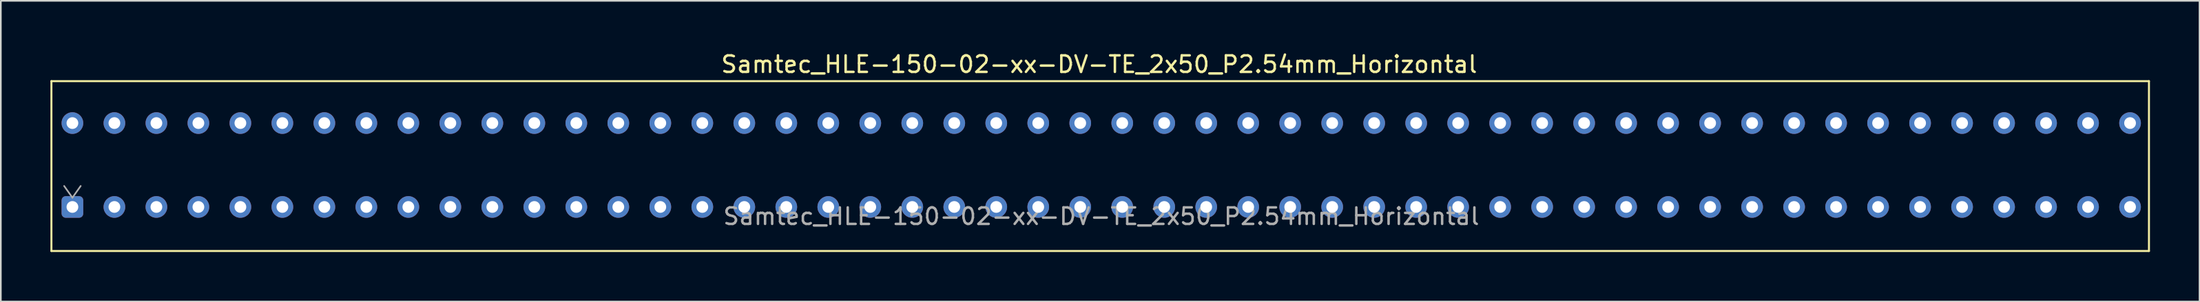
<source format=kicad_pcb>
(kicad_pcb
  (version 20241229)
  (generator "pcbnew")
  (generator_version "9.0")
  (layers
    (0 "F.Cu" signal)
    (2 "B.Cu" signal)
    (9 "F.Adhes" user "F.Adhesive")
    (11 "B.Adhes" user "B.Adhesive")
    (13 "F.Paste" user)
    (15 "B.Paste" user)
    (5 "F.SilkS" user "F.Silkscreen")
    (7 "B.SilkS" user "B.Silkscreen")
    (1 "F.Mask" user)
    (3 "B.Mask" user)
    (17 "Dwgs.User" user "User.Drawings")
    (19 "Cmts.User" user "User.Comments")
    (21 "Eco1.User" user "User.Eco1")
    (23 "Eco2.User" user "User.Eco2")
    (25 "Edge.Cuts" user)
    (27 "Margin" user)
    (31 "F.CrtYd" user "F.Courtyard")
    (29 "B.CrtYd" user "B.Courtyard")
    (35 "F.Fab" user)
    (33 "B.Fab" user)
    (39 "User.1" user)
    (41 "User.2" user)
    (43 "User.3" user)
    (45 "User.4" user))
  (footprint "Samtec_HLE-150-02-xx-DV-TE_2x50_P2.54mm_Horizontal"
    (layer "F.Cu")
    (at 1.33 6.944)
    (property "Reference" "Samtec_HLE-150-02-xx-DV-TE_2x50_P2.54mm_Horizontal" (at 62.103 -6.096 0) (layer "F.SilkS") (effects (font (size 1 1) (thickness 0.15))))
    (attr through_hole)
    (fp_line (start -1.27 -5.08) (end 125.603 -5.08) (stroke (width 0.12) (type solid)) (layer "F.SilkS"))
    (fp_line (start -1.27 5.207) (end -1.27 -5.08) (stroke (width 0.12) (type solid)) (layer "F.SilkS"))
    (fp_line (start 125.603 -5.08) (end 125.603 5.207) (stroke (width 0.12) (type solid)) (layer "F.SilkS"))
    (fp_line (start 125.603 5.207) (end -1.27 5.207) (stroke (width 0.12) (type solid)) (layer "F.SilkS"))
    (fp_line (start 125.603 5.207) (end 125.603 5.08) (stroke (width 0.12) (type solid)) (layer "B.Paste"))
    (fp_line (start -0.5 1.27) (end 0 1.977) (stroke (width 0.1) (type solid)) (layer "F.Fab"))
    (fp_line (start 0 1.977) (end 0.5 1.27) (stroke (width 0.1) (type solid)) (layer "F.Fab"))
    (fp_text user "${REFERENCE}" (at 62.23 3.11 0) (layer "F.Fab") (effects (font (size 1 1) (thickness 0.15))))
    (pad "1" thru_hole roundrect (at 0 2.54) (size 1.31 1.31) (drill 0.71) (layers "*.Cu" "*.Mask") (roundrect_rratio 0.191))
    (pad "2" thru_hole circle (at 0 -2.54) (size 1.31 1.31) (drill 0.71) (layers "*.Cu" "*.Mask"))
    (pad "3" thru_hole circle (at 2.54 2.54) (size 1.31 1.31) (drill 0.71) (layers "*.Cu" "*.Mask"))
    (pad "4" thru_hole circle (at 2.54 -2.54) (size 1.31 1.31) (drill 0.71) (layers "*.Cu" "*.Mask"))
    (pad "5" thru_hole circle (at 5.08 2.54) (size 1.31 1.31) (drill 0.71) (layers "*.Cu" "*.Mask"))
    (pad "6" thru_hole circle (at 5.08 -2.54) (size 1.31 1.31) (drill 0.71) (layers "*.Cu" "*.Mask"))
    (pad "7" thru_hole circle (at 7.62 2.54) (size 1.31 1.31) (drill 0.71) (layers "*.Cu" "*.Mask"))
    (pad "8" thru_hole circle (at 7.62 -2.54) (size 1.31 1.31) (drill 0.71) (layers "*.Cu" "*.Mask"))
    (pad "9" thru_hole circle (at 10.16 2.54) (size 1.31 1.31) (drill 0.71) (layers "*.Cu" "*.Mask"))
    (pad "10" thru_hole circle (at 10.16 -2.54) (size 1.31 1.31) (drill 0.71) (layers "*.Cu" "*.Mask"))
    (pad "11" thru_hole circle (at 12.7 2.54) (size 1.31 1.31) (drill 0.71) (layers "*.Cu" "*.Mask"))
    (pad "12" thru_hole circle (at 12.7 -2.54) (size 1.31 1.31) (drill 0.71) (layers "*.Cu" "*.Mask"))
    (pad "13" thru_hole circle (at 15.24 2.54) (size 1.31 1.31) (drill 0.71) (layers "*.Cu" "*.Mask"))
    (pad "14" thru_hole circle (at 15.24 -2.54) (size 1.31 1.31) (drill 0.71) (layers "*.Cu" "*.Mask"))
    (pad "15" thru_hole circle (at 17.78 2.54) (size 1.31 1.31) (drill 0.71) (layers "*.Cu" "*.Mask"))
    (pad "16" thru_hole circle (at 17.78 -2.54) (size 1.31 1.31) (drill 0.71) (layers "*.Cu" "*.Mask"))
    (pad "17" thru_hole circle (at 20.32 2.54) (size 1.31 1.31) (drill 0.71) (layers "*.Cu" "*.Mask"))
    (pad "18" thru_hole circle (at 20.32 -2.54) (size 1.31 1.31) (drill 0.71) (layers "*.Cu" "*.Mask"))
    (pad "19" thru_hole circle (at 22.86 2.54) (size 1.31 1.31) (drill 0.71) (layers "*.Cu" "*.Mask"))
    (pad "20" thru_hole circle (at 22.86 -2.54) (size 1.31 1.31) (drill 0.71) (layers "*.Cu" "*.Mask"))
    (pad "21" thru_hole circle (at 25.4 2.54) (size 1.31 1.31) (drill 0.71) (layers "*.Cu" "*.Mask"))
    (pad "22" thru_hole circle (at 25.4 -2.54) (size 1.31 1.31) (drill 0.71) (layers "*.Cu" "*.Mask"))
    (pad "23" thru_hole circle (at 27.94 2.54) (size 1.31 1.31) (drill 0.71) (layers "*.Cu" "*.Mask"))
    (pad "24" thru_hole circle (at 27.94 -2.54) (size 1.31 1.31) (drill 0.71) (layers "*.Cu" "*.Mask"))
    (pad "25" thru_hole circle (at 30.48 2.54) (size 1.31 1.31) (drill 0.71) (layers "*.Cu" "*.Mask"))
    (pad "26" thru_hole circle (at 30.48 -2.54) (size 1.31 1.31) (drill 0.71) (layers "*.Cu" "*.Mask"))
    (pad "27" thru_hole circle (at 33.02 2.54) (size 1.31 1.31) (drill 0.71) (layers "*.Cu" "*.Mask"))
    (pad "28" thru_hole circle (at 33.02 -2.54) (size 1.31 1.31) (drill 0.71) (layers "*.Cu" "*.Mask"))
    (pad "29" thru_hole circle (at 35.56 2.54) (size 1.31 1.31) (drill 0.71) (layers "*.Cu" "*.Mask"))
    (pad "30" thru_hole circle (at 35.56 -2.54) (size 1.31 1.31) (drill 0.71) (layers "*.Cu" "*.Mask"))
    (pad "31" thru_hole circle (at 38.1 2.54) (size 1.31 1.31) (drill 0.71) (layers "*.Cu" "*.Mask"))
    (pad "32" thru_hole circle (at 38.1 -2.54) (size 1.31 1.31) (drill 0.71) (layers "*.Cu" "*.Mask"))
    (pad "33" thru_hole circle (at 40.64 2.54) (size 1.31 1.31) (drill 0.71) (layers "*.Cu" "*.Mask"))
    (pad "34" thru_hole circle (at 40.64 -2.54) (size 1.31 1.31) (drill 0.71) (layers "*.Cu" "*.Mask"))
    (pad "35" thru_hole circle (at 43.18 2.54) (size 1.31 1.31) (drill 0.71) (layers "*.Cu" "*.Mask"))
    (pad "36" thru_hole circle (at 43.18 -2.54) (size 1.31 1.31) (drill 0.71) (layers "*.Cu" "*.Mask"))
    (pad "37" thru_hole circle (at 45.72 2.54) (size 1.31 1.31) (drill 0.71) (layers "*.Cu" "*.Mask"))
    (pad "38" thru_hole circle (at 45.72 -2.54) (size 1.31 1.31) (drill 0.71) (layers "*.Cu" "*.Mask"))
    (pad "39" thru_hole circle (at 48.26 2.54) (size 1.31 1.31) (drill 0.71) (layers "*.Cu" "*.Mask"))
    (pad "40" thru_hole circle (at 48.26 -2.54) (size 1.31 1.31) (drill 0.71) (layers "*.Cu" "*.Mask"))
    (pad "41" thru_hole circle (at 50.8 2.54) (size 1.31 1.31) (drill 0.71) (layers "*.Cu" "*.Mask"))
    (pad "42" thru_hole circle (at 50.8 -2.54) (size 1.31 1.31) (drill 0.71) (layers "*.Cu" "*.Mask"))
    (pad "43" thru_hole circle (at 53.34 2.54) (size 1.31 1.31) (drill 0.71) (layers "*.Cu" "*.Mask"))
    (pad "44" thru_hole circle (at 53.34 -2.54) (size 1.31 1.31) (drill 0.71) (layers "*.Cu" "*.Mask"))
    (pad "45" thru_hole circle (at 55.88 2.54) (size 1.31 1.31) (drill 0.71) (layers "*.Cu" "*.Mask"))
    (pad "46" thru_hole circle (at 55.88 -2.54) (size 1.31 1.31) (drill 0.71) (layers "*.Cu" "*.Mask"))
    (pad "47" thru_hole circle (at 58.42 2.54) (size 1.31 1.31) (drill 0.71) (layers "*.Cu" "*.Mask"))
    (pad "48" thru_hole circle (at 58.42 -2.54) (size 1.31 1.31) (drill 0.71) (layers "*.Cu" "*.Mask"))
    (pad "49" thru_hole circle (at 60.96 2.54) (size 1.31 1.31) (drill 0.71) (layers "*.Cu" "*.Mask"))
    (pad "50" thru_hole circle (at 60.96 -2.54) (size 1.31 1.31) (drill 0.71) (layers "*.Cu" "*.Mask"))
    (pad "51" thru_hole circle (at 63.5 2.54) (size 1.31 1.31) (drill 0.71) (layers "*.Cu" "*.Mask"))
    (pad "52" thru_hole circle (at 63.5 -2.54) (size 1.31 1.31) (drill 0.71) (layers "*.Cu" "*.Mask"))
    (pad "53" thru_hole circle (at 66.04 2.54) (size 1.31 1.31) (drill 0.71) (layers "*.Cu" "*.Mask"))
    (pad "54" thru_hole circle (at 66.04 -2.54) (size 1.31 1.31) (drill 0.71) (layers "*.Cu" "*.Mask"))
    (pad "55" thru_hole circle (at 68.58 2.54) (size 1.31 1.31) (drill 0.71) (layers "*.Cu" "*.Mask"))
    (pad "56" thru_hole circle (at 68.58 -2.54) (size 1.31 1.31) (drill 0.71) (layers "*.Cu" "*.Mask"))
    (pad "57" thru_hole circle (at 71.12 2.54) (size 1.31 1.31) (drill 0.71) (layers "*.Cu" "*.Mask"))
    (pad "58" thru_hole circle (at 71.12 -2.54) (size 1.31 1.31) (drill 0.71) (layers "*.Cu" "*.Mask"))
    (pad "59" thru_hole circle (at 73.66 2.54) (size 1.31 1.31) (drill 0.71) (layers "*.Cu" "*.Mask"))
    (pad "60" thru_hole circle (at 73.66 -2.54) (size 1.31 1.31) (drill 0.71) (layers "*.Cu" "*.Mask"))
    (pad "61" thru_hole circle (at 76.2 2.54) (size 1.31 1.31) (drill 0.71) (layers "*.Cu" "*.Mask"))
    (pad "62" thru_hole circle (at 76.2 -2.54) (size 1.31 1.31) (drill 0.71) (layers "*.Cu" "*.Mask"))
    (pad "63" thru_hole circle (at 78.74 2.54) (size 1.31 1.31) (drill 0.71) (layers "*.Cu" "*.Mask"))
    (pad "64" thru_hole circle (at 78.74 -2.54) (size 1.31 1.31) (drill 0.71) (layers "*.Cu" "*.Mask"))
    (pad "65" thru_hole circle (at 81.28 2.54) (size 1.31 1.31) (drill 0.71) (layers "*.Cu" "*.Mask"))
    (pad "66" thru_hole circle (at 81.28 -2.54) (size 1.31 1.31) (drill 0.71) (layers "*.Cu" "*.Mask"))
    (pad "67" thru_hole circle (at 83.82 2.54) (size 1.31 1.31) (drill 0.71) (layers "*.Cu" "*.Mask"))
    (pad "68" thru_hole circle (at 83.82 -2.54) (size 1.31 1.31) (drill 0.71) (layers "*.Cu" "*.Mask"))
    (pad "69" thru_hole circle (at 86.36 2.54) (size 1.31 1.31) (drill 0.71) (layers "*.Cu" "*.Mask"))
    (pad "70" thru_hole circle (at 86.36 -2.54) (size 1.31 1.31) (drill 0.71) (layers "*.Cu" "*.Mask"))
    (pad "71" thru_hole circle (at 88.9 2.54) (size 1.31 1.31) (drill 0.71) (layers "*.Cu" "*.Mask"))
    (pad "72" thru_hole circle (at 88.9 -2.54) (size 1.31 1.31) (drill 0.71) (layers "*.Cu" "*.Mask"))
    (pad "73" thru_hole circle (at 91.44 2.54) (size 1.31 1.31) (drill 0.71) (layers "*.Cu" "*.Mask"))
    (pad "74" thru_hole circle (at 91.44 -2.54) (size 1.31 1.31) (drill 0.71) (layers "*.Cu" "*.Mask"))
    (pad "75" thru_hole circle (at 93.98 2.54) (size 1.31 1.31) (drill 0.71) (layers "*.Cu" "*.Mask"))
    (pad "76" thru_hole circle (at 93.98 -2.54) (size 1.31 1.31) (drill 0.71) (layers "*.Cu" "*.Mask"))
    (pad "77" thru_hole circle (at 96.52 2.54) (size 1.31 1.31) (drill 0.71) (layers "*.Cu" "*.Mask"))
    (pad "78" thru_hole circle (at 96.52 -2.54) (size 1.31 1.31) (drill 0.71) (layers "*.Cu" "*.Mask"))
    (pad "79" thru_hole circle (at 99.06 2.54) (size 1.31 1.31) (drill 0.71) (layers "*.Cu" "*.Mask"))
    (pad "80" thru_hole circle (at 99.06 -2.54) (size 1.31 1.31) (drill 0.71) (layers "*.Cu" "*.Mask"))
    (pad "81" thru_hole circle (at 101.6 2.54) (size 1.31 1.31) (drill 0.71) (layers "*.Cu" "*.Mask"))
    (pad "82" thru_hole circle (at 101.6 -2.54) (size 1.31 1.31) (drill 0.71) (layers "*.Cu" "*.Mask"))
    (pad "83" thru_hole circle (at 104.14 2.54) (size 1.31 1.31) (drill 0.71) (layers "*.Cu" "*.Mask"))
    (pad "84" thru_hole circle (at 104.14 -2.54) (size 1.31 1.31) (drill 0.71) (layers "*.Cu" "*.Mask"))
    (pad "85" thru_hole circle (at 106.68 2.54) (size 1.31 1.31) (drill 0.71) (layers "*.Cu" "*.Mask"))
    (pad "86" thru_hole circle (at 106.68 -2.54) (size 1.31 1.31) (drill 0.71) (layers "*.Cu" "*.Mask"))
    (pad "87" thru_hole circle (at 109.22 2.54) (size 1.31 1.31) (drill 0.71) (layers "*.Cu" "*.Mask"))
    (pad "88" thru_hole circle (at 109.22 -2.54) (size 1.31 1.31) (drill 0.71) (layers "*.Cu" "*.Mask"))
    (pad "89" thru_hole circle (at 111.76 2.54) (size 1.31 1.31) (drill 0.71) (layers "*.Cu" "*.Mask"))
    (pad "90" thru_hole circle (at 111.76 -2.54) (size 1.31 1.31) (drill 0.71) (layers "*.Cu" "*.Mask"))
    (pad "91" thru_hole circle (at 114.3 2.54) (size 1.31 1.31) (drill 0.71) (layers "*.Cu" "*.Mask"))
    (pad "92" thru_hole circle (at 114.3 -2.54) (size 1.31 1.31) (drill 0.71) (layers "*.Cu" "*.Mask"))
    (pad "93" thru_hole circle (at 116.84 2.54) (size 1.31 1.31) (drill 0.71) (layers "*.Cu" "*.Mask"))
    (pad "94" thru_hole circle (at 116.84 -2.54) (size 1.31 1.31) (drill 0.71) (layers "*.Cu" "*.Mask"))
    (pad "95" thru_hole circle (at 119.38 2.54) (size 1.31 1.31) (drill 0.71) (layers "*.Cu" "*.Mask"))
    (pad "96" thru_hole circle (at 119.38 -2.54) (size 1.31 1.31) (drill 0.71) (layers "*.Cu" "*.Mask"))
    (pad "97" thru_hole circle (at 121.92 2.54) (size 1.31 1.31) (drill 0.71) (layers "*.Cu" "*.Mask"))
    (pad "98" thru_hole circle (at 121.92 -2.54) (size 1.31 1.31) (drill 0.71) (layers "*.Cu" "*.Mask"))
    (pad "99" thru_hole circle (at 124.46 2.54) (size 1.31 1.31) (drill 0.71) (layers "*.Cu" "*.Mask"))
    (pad "100" thru_hole circle (at 124.46 -2.54) (size 1.31 1.31) (drill 0.71) (layers "*.Cu" "*.Mask")))
  (gr_rect
    (start -3 -3)
    (end 129.993 15.211)
    (stroke (width 0.1) (type default))
    (fill no)
    (layer "Edge.Cuts")))
</source>
